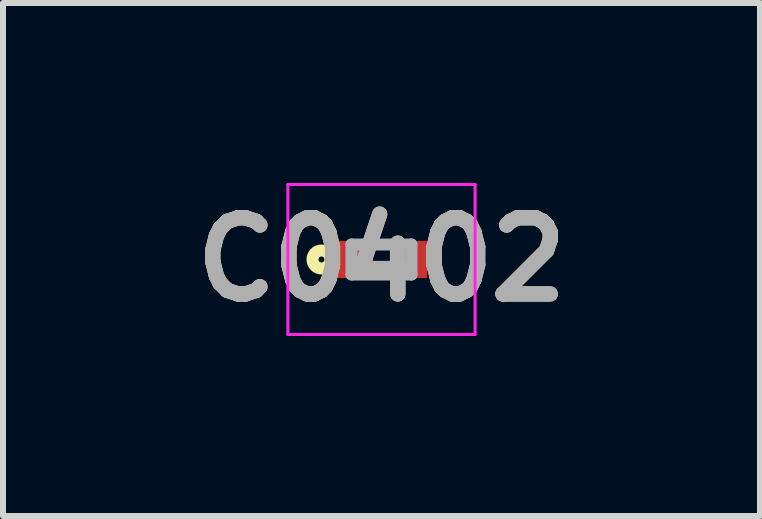
<source format=kicad_pcb>
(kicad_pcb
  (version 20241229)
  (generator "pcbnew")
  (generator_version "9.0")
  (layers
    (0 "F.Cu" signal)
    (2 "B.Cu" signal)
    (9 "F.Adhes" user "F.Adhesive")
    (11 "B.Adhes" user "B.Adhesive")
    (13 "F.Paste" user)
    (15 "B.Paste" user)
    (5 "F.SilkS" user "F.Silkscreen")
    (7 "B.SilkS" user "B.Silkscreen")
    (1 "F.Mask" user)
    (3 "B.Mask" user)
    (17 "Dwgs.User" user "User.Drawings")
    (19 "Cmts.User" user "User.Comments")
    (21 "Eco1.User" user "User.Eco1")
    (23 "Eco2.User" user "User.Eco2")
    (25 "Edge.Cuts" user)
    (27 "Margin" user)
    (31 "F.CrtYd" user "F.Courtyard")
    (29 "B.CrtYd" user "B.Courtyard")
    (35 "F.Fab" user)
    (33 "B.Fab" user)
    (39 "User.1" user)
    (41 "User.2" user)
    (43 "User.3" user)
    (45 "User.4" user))
  (footprint "C0402"
    (layer "F.Cu")
    (at 3.308 1.275)
    (property "Reference" "C0402" (at 0 0 0) (layer "F.SilkS") (effects (font (size 1.27 1.27) (thickness 0.254))))
    (attr smd)
    (fp_circle (center -1 0) (end -1 0.05) (stroke (width 0.2) (type solid)) (fill no) (layer "F.SilkS"))
    (fp_line (start -1.56 -1.25) (end 1.56 -1.25) (stroke (width 0.05) (type solid)) (layer "F.CrtYd"))
    (fp_line (start -1.56 1.25) (end -1.56 -1.25) (stroke (width 0.05) (type solid)) (layer "F.CrtYd"))
    (fp_line (start 1.56 -1.25) (end 1.56 1.25) (stroke (width 0.05) (type solid)) (layer "F.CrtYd"))
    (fp_line (start 1.56 1.25) (end -1.56 1.25) (stroke (width 0.05) (type solid)) (layer "F.CrtYd"))
    (fp_line (start -0.5 -0.25) (end 0.5 -0.25) (stroke (width 0.2) (type solid)) (layer "F.Fab"))
    (fp_line (start -0.5 0.25) (end -0.5 -0.25) (stroke (width 0.2) (type solid)) (layer "F.Fab"))
    (fp_line (start 0.5 -0.25) (end 0.5 0.25) (stroke (width 0.2) (type solid)) (layer "F.Fab"))
    (fp_line (start 0.5 0.25) (end -0.5 0.25) (stroke (width 0.2) (type solid)) (layer "F.Fab"))
    (fp_text user "${REFERENCE}" (at 0 0 0) (layer "F.Fab") (effects (font (size 1.27 1.27) (thickness 0.254))))
    (pad "1" smd rect (at -0.45 0 90) (size 0.62 0.62) (layers "F.Cu" "F.Mask" "F.Paste"))
    (pad "2" smd rect (at 0.45 0 90) (size 0.62 0.62) (layers "F.Cu" "F.Mask" "F.Paste")))
  (gr_rect
    (start -3 -3)
    (end 9.616 5.55)
    (stroke (width 0.1) (type default))
    (fill no)
    (layer "Edge.Cuts")))
</source>
